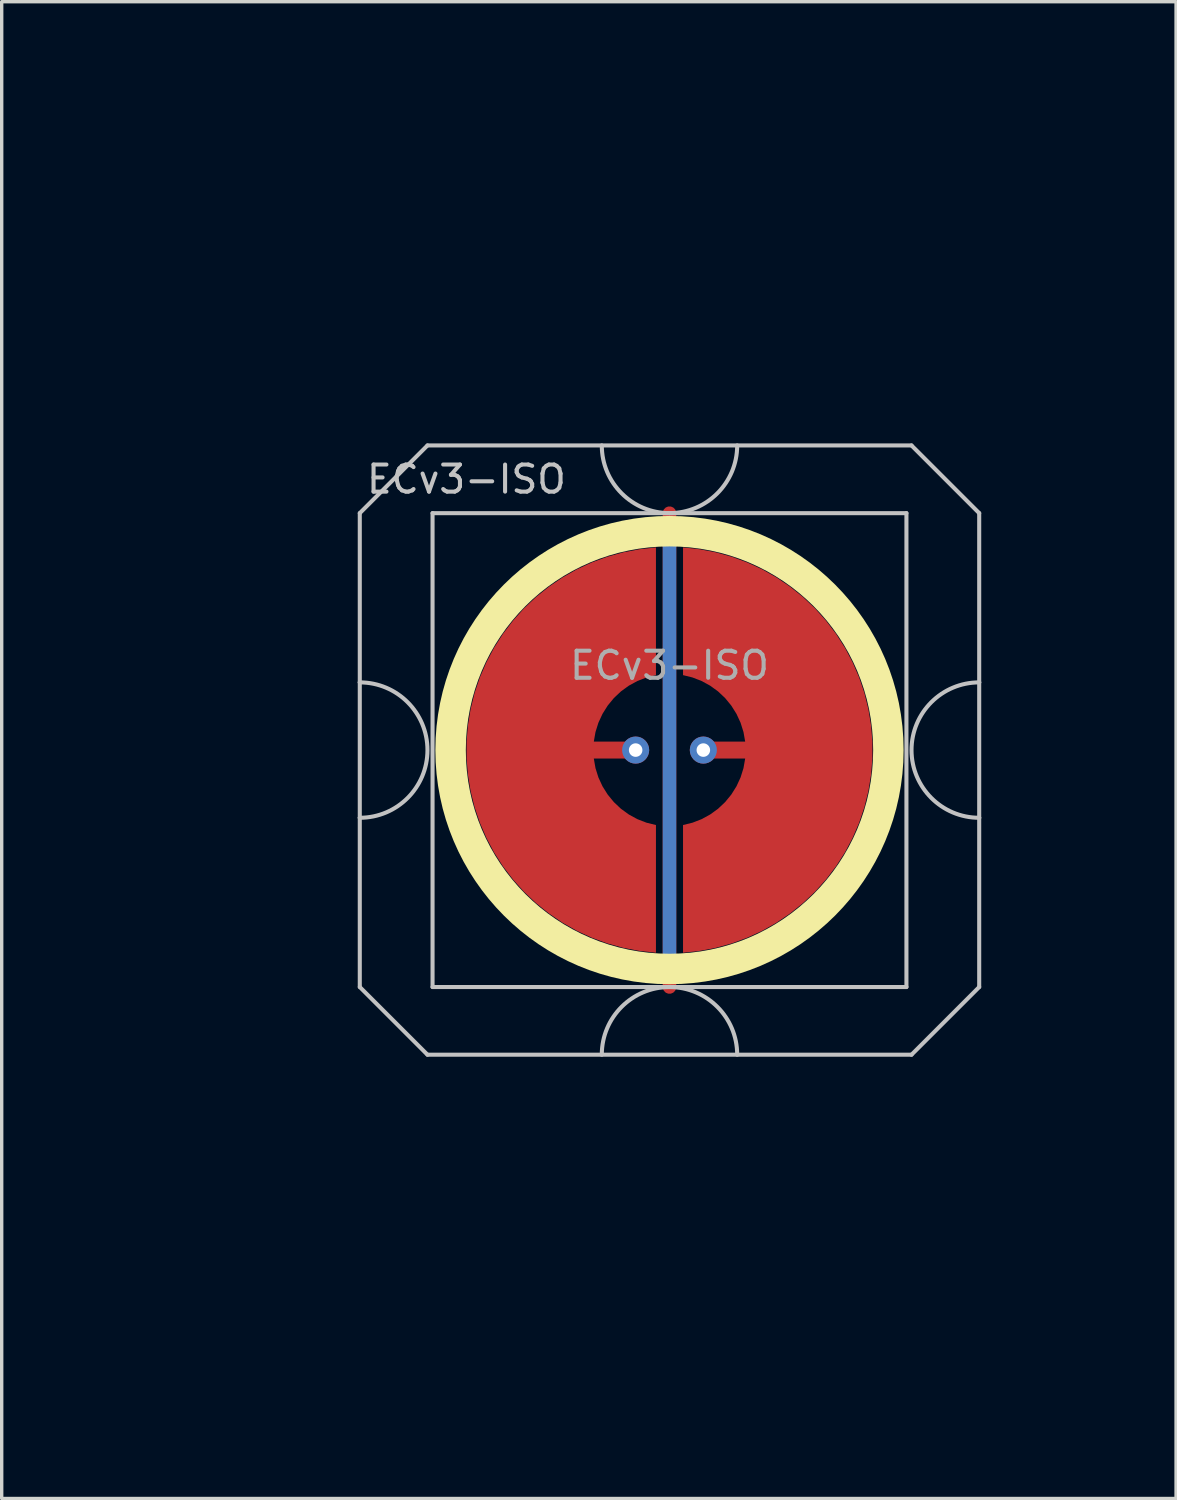
<source format=kicad_pcb>
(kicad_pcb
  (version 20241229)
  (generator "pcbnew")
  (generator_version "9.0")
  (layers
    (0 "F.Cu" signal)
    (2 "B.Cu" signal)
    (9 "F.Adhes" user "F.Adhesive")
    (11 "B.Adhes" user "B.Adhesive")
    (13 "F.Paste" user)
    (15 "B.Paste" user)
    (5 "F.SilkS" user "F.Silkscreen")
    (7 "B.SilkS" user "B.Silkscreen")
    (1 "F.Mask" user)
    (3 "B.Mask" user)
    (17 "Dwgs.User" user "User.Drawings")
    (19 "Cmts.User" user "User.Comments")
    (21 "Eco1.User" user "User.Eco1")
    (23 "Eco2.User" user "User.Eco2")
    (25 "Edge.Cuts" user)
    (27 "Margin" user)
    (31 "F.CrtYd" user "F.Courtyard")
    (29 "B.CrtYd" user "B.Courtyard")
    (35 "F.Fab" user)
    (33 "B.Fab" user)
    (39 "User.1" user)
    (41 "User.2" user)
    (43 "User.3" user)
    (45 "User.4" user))
  (footprint "ECv3-ISO"
    (layer "F.Cu")
    (at 16.729 19.11)
    (property "Reference" "ECv3-ISO" (at -6 -8 0) (layer "Dwgs.User") (effects (font (size 0.8 0.8) (thickness 0.12))))
    (attr through_hole exclude_from_pos_files exclude_from_bom)
    (fp_circle (center 0 0) (end 6.467 0) (stroke (width 0.9) (type solid)) (fill no) (layer "F.SilkS"))
    (fp_line (start -9.15 -7) (end -9.15 -2) (stroke (width 0.12) (type solid)) (layer "Dwgs.User"))
    (fp_line (start -9.15 -2) (end -9.15 2) (stroke (width 0.12) (type solid)) (layer "Dwgs.User"))
    (fp_line (start -9.15 2) (end -9.15 7) (stroke (width 0.12) (type solid)) (layer "Dwgs.User"))
    (fp_line (start -9.15 7) (end -7.15 9) (stroke (width 0.12) (type solid)) (layer "Dwgs.User"))
    (fp_line (start -7.15 -9) (end -9.15 -7) (stroke (width 0.12) (type solid)) (layer "Dwgs.User"))
    (fp_line (start -7.15 9) (end 7.15 9) (stroke (width 0.12) (type solid)) (layer "Dwgs.User"))
    (fp_line (start -7 -7) (end -7 7) (stroke (width 0.12) (type solid)) (layer "Dwgs.User"))
    (fp_line (start -7 7) (end 7 7) (stroke (width 0.12) (type solid)) (layer "Dwgs.User"))
    (fp_line (start 7 -7) (end -7 -7) (stroke (width 0.12) (type solid)) (layer "Dwgs.User"))
    (fp_line (start 7 7) (end 7 -7) (stroke (width 0.12) (type solid)) (layer "Dwgs.User"))
    (fp_line (start 7.15 -9) (end -7.15 -9) (stroke (width 0.12) (type solid)) (layer "Dwgs.User"))
    (fp_line (start 7.15 -9) (end 9.15 -7) (stroke (width 0.12) (type solid)) (layer "Dwgs.User"))
    (fp_line (start 7.15 9) (end 9.15 7) (stroke (width 0.12) (type solid)) (layer "Dwgs.User"))
    (fp_line (start 9.15 -2) (end 9.15 -7) (stroke (width 0.12) (type solid)) (layer "Dwgs.User"))
    (fp_line (start 9.15 -2) (end 9.15 2) (stroke (width 0.12) (type solid)) (layer "Dwgs.User"))
    (fp_line (start 9.15 7) (end 9.15 2) (stroke (width 0.12) (type solid)) (layer "Dwgs.User"))
    (fp_arc (start -9.15 -2) (mid -7.15 0) (end -9.15 2) (stroke (width 0.12) (type solid)) (layer "Dwgs.User"))
    (fp_arc (start -2 9) (mid 0 7) (end 2 9) (stroke (width 0.12) (type solid)) (layer "Dwgs.User"))
    (fp_arc (start 2 -9) (mid 0 -7) (end -2 -9) (stroke (width 0.12) (type solid)) (layer "Dwgs.User"))
    (fp_arc (start 9.15 2) (mid 7.15 0) (end 9.15 -2) (stroke (width 0.12) (type solid)) (layer "Dwgs.User"))
    (fp_line (start -7.05 -13) (end -5.5 -16.075) (stroke (width 0.12) (type default)) (layer "Eco1.User"))
    (fp_line (start -7.05 13) (end -7.05 -13) (stroke (width 0.12) (type default)) (layer "Eco1.User"))
    (fp_line (start -7.05 13) (end -5.5 16.075) (stroke (width 0.12) (type default)) (layer "Eco1.User"))
    (fp_line (start 6 -16.075) (end -5.5 -16.075) (stroke (width 0.12) (type default)) (layer "Eco1.User"))
    (fp_line (start 6 -16.075) (end 7.05 -15) (stroke (width 0.12) (type default)) (layer "Eco1.User"))
    (fp_line (start 6 16.075) (end -5.5 16.075) (stroke (width 0.12) (type default)) (layer "Eco1.User"))
    (fp_line (start 7.05 -15) (end 7.05 15) (stroke (width 0.12) (type default)) (layer "Eco1.User"))
    (fp_line (start 7.05 15) (end 6 16.075) (stroke (width 0.12) (type default)) (layer "Eco1.User"))
    (fp_line (start -16.669 -19.05) (end -16.669 0) (stroke (width 0.12) (type solid)) (layer "User.2"))
    (fp_line (start -16.669 -19.05) (end 11.906 -19.05) (stroke (width 0.12) (type solid)) (layer "User.2"))
    (fp_line (start -16.669 0) (end -11.906 0) (stroke (width 0.12) (type solid)) (layer "User.2"))
    (fp_line (start -11.906 0) (end -11.906 19.05) (stroke (width 0.12) (type solid)) (layer "User.2"))
    (fp_line (start -11.906 19.05) (end 11.906 19.05) (stroke (width 0.12) (type solid)) (layer "User.2"))
    (fp_line (start 11.906 -19.05) (end 11.906 19.05) (stroke (width 0.12) (type solid)) (layer "User.2"))
    (fp_circle (center -7.147 -16.151) (end -7.147 -15.151) (stroke (width 0.12) (type default)) (fill no) (layer "User.2"))
    (fp_circle (center -7.147 16.151) (end -7.147 17.151) (stroke (width 0.12) (type default)) (fill no) (layer "User.2"))
    (fp_circle (center 7.147 -16.151) (end 7.147 -15.401) (stroke (width 0.12) (type default)) (fill no) (layer "User.2"))
    (fp_circle (center 7.147 16.151) (end 7.147 16.901) (stroke (width 0.12) (type default)) (fill no) (layer "User.2"))
    (fp_text user "${REFERENCE}" (at 0 -2.5 0) (layer "F.Fab") (effects (font (size 0.8 0.8) (thickness 0.12))))
    (pad "1" smd custom (at -1 0) (size 0.4 0.4) (layers "F.Cu") (options (anchor circle)) (primitives (gr_poly (pts (xy 0.6 -2.214) (xy 0.32 -2.145) (xy 0.052 -2.041) (xy -0.201 -1.903) (xy -0.434 -1.734) (xy -0.644 -1.536) (xy -0.826 -1.314) (xy -0.979 -1.07) (xy -1.1 -0.808) (xy -1.186 -0.534) (xy -1.236 -0.25) (xy 0 -0.25) (xy 0.096 -0.231) (xy 0.177 -0.177) (xy 0.231 -0.096) (xy 0.25 0) (xy 0.231 0.096) (xy 0.177 0.177) (xy 0.096 0.231) (xy 0 0.25) (xy -1.236 0.25) (xy -1.186 0.534) (xy -1.1 0.808) (xy -0.979 1.07) (xy -0.826 1.314) (xy -0.644 1.536) (xy -0.434 1.734) (xy -0.201 1.903) (xy 0.052 2.041) (xy 0.32 2.145) (xy 0.6 2.214) (xy 0.6 5.987) (xy 0.115 5.934) (xy -0.364 5.843) (xy -0.834 5.713) (xy -1.292 5.545) (xy -1.735 5.341) (xy -2.159 5.101) (xy -2.563 4.827) (xy -2.943 4.522) (xy -3.298 4.187) (xy -3.623 3.824) (xy -3.919 3.436) (xy -4.182 3.025) (xy -4.41 2.594) (xy -4.603 2.147) (xy -4.759 1.684) (xy -4.876 1.211) (xy -4.955 0.73) (xy -4.995 0.244) (xy -4.995 -0.244) (xy -4.955 -0.73) (xy -4.876 -1.211) (xy -4.759 -1.684) (xy -4.603 -2.147) (xy -4.41 -2.594) (xy -4.182 -3.025) (xy -3.919 -3.436) (xy -3.623 -3.824) (xy -3.298 -4.187) (xy -2.943 -4.522) (xy -2.563 -4.827) (xy -2.159 -5.101) (xy -1.735 -5.341) (xy -1.292 -5.545) (xy -0.834 -5.713) (xy -0.364 -5.843) (xy 0.115 -5.934) (xy 0.6 -5.987)) (width 0) (fill yes))))
    (pad "1" thru_hole circle (at -1 0) (size 0.8 0.8) (drill 0.4) (layers "*.Cu"))
    (pad "2" smd custom (at 1 0 180) (size 0.4 0.4) (layers "F.Cu") (options (anchor circle)) (primitives (gr_poly (pts (xy 0.6 -2.214) (xy 0.32 -2.145) (xy 0.052 -2.041) (xy -0.201 -1.903) (xy -0.434 -1.734) (xy -0.644 -1.536) (xy -0.826 -1.314) (xy -0.979 -1.07) (xy -1.1 -0.808) (xy -1.186 -0.534) (xy -1.236 -0.25) (xy 0 -0.25) (xy 0.096 -0.231) (xy 0.177 -0.177) (xy 0.231 -0.096) (xy 0.25 0) (xy 0.231 0.096) (xy 0.177 0.177) (xy 0.096 0.231) (xy 0 0.25) (xy -1.236 0.25) (xy -1.186 0.534) (xy -1.1 0.808) (xy -0.979 1.07) (xy -0.826 1.314) (xy -0.644 1.536) (xy -0.434 1.734) (xy -0.201 1.903) (xy 0.052 2.041) (xy 0.32 2.145) (xy 0.6 2.214) (xy 0.6 5.987) (xy 0.115 5.934) (xy -0.364 5.843) (xy -0.834 5.713) (xy -1.292 5.545) (xy -1.735 5.341) (xy -2.159 5.101) (xy -2.563 4.827) (xy -2.943 4.522) (xy -3.298 4.187) (xy -3.623 3.824) (xy -3.919 3.436) (xy -4.182 3.025) (xy -4.41 2.594) (xy -4.603 2.147) (xy -4.759 1.684) (xy -4.876 1.211) (xy -4.955 0.73) (xy -4.995 0.244) (xy -4.995 -0.244) (xy -4.955 -0.73) (xy -4.876 -1.211) (xy -4.759 -1.684) (xy -4.603 -2.147) (xy -4.41 -2.594) (xy -4.182 -3.025) (xy -3.919 -3.436) (xy -3.623 -3.824) (xy -3.298 -4.187) (xy -2.943 -4.522) (xy -2.563 -4.827) (xy -2.159 -5.101) (xy -1.735 -5.341) (xy -1.292 -5.545) (xy -0.834 -5.713) (xy -0.364 -5.843) (xy 0.115 -5.934) (xy 0.6 -5.987)) (width 0) (fill yes))))
    (pad "2" thru_hole circle (at 1 0) (size 0.8 0.8) (drill 0.4) (layers "*.Cu"))
    (pad "3" smd custom (at 0 0) (size 0.4 0.4) (layers "F.Cu") (options (anchor rect)) (primitives (gr_line (start 0 -7) (end 0 7) (width 0.4))))
    (pad "3" smd custom (at 0 0) (size 0.4 0.4) (layers "B.Cu") (options (anchor rect)) (primitives (gr_line (start 0 -6.5) (end 0 6.5) (width 0.4))))
    (zone (net_name "") (layer "F.Cu") (hatch edge 0.508) (connect_pads) (min_thickness 0.254) (filled_areas_thickness no) (keepout (tracks allowed) (vias allowed) (pads allowed) (copperpour not_allowed) (footprints allowed)) (placement (enabled no)) (fill) (polygon (pts (xy 23.734 19.11) (xy 23.715 18.597) (xy 23.659 18.087) (xy 23.565 17.582) (xy 23.435 17.085) (xy 23.268 16.6) (xy 23.067 16.127) (xy 22.832 15.671) (xy 22.563 15.234) (xy 22.264 14.817) (xy 21.934 14.423) (xy 21.577 14.054) (xy 21.194 13.713) (xy 20.787 13.4) (xy 20.357 13.118) (xy 19.909 12.869) (xy 19.443 12.652) (xy 18.963 12.471) (xy 18.471 12.325) (xy 17.969 12.216) (xy 17.461 12.143) (xy 16.949 12.109) (xy 16.435 12.111) (xy 15.924 12.152) (xy 15.416 12.229) (xy 14.916 12.344) (xy 14.425 12.495) (xy 13.947 12.681) (xy 13.483 12.902) (xy 13.037 13.157) (xy 12.611 13.443) (xy 12.207 13.76) (xy 11.828 14.105) (xy 11.474 14.478) (xy 11.149 14.875) (xy 10.854 15.295) (xy 10.59 15.735) (xy 10.36 16.194) (xy 10.163 16.668) (xy 10.002 17.156) (xy 9.877 17.654) (xy 9.789 18.159) (xy 9.738 18.67) (xy 9.724 19.183) (xy 9.748 19.696) (xy 9.81 20.206) (xy 9.909 20.71) (xy 10.044 21.205) (xy 10.216 21.689) (xy 10.422 22.159) (xy 10.662 22.612) (xy 10.935 23.047) (xy 11.239 23.461) (xy 11.572 23.851) (xy 11.934 24.216) (xy 12.32 24.554) (xy 12.731 24.862) (xy 13.163 25.139) (xy 13.614 25.384) (xy 14.082 25.596) (xy 14.564 25.772) (xy 15.058 25.913) (xy 15.561 26.017) (xy 16.07 26.084) (xy 16.582 26.113) (xy 17.095 26.105) (xy 17.607 26.06) (xy 18.113 25.977) (xy 18.613 25.857) (xy 19.102 25.701) (xy 19.578 25.509) (xy 20.039 25.283) (xy 20.482 25.024) (xy 20.905 24.734) (xy 21.306 24.413) (xy 21.682 24.063) (xy 22.031 23.687) (xy 22.352 23.286) (xy 22.643 22.863) (xy 22.902 22.42) (xy 23.128 21.959) (xy 23.32 21.483) (xy 23.476 20.994) (xy 23.595 20.495) (xy 23.678 19.988) (xy 23.724 19.477))))
    (zone (net_name "") (layer "B.Cu") (hatch edge 0.508) (connect_pads) (min_thickness 0.254) (filled_areas_thickness no) (keepout (tracks allowed) (vias allowed) (pads allowed) (copperpour not_allowed) (footprints allowed)) (placement (enabled no)) (fill) (polygon (pts (xy 23.287 19.11) (xy 23.267 18.595) (xy 23.206 18.084) (xy 23.106 17.579) (xy 22.966 17.083) (xy 22.788 16.6) (xy 22.572 16.133) (xy 22.321 15.683) (xy 22.034 15.255) (xy 21.716 14.851) (xy 21.366 14.473) (xy 20.988 14.123) (xy 20.584 13.804) (xy 20.155 13.518) (xy 19.706 13.267) (xy 19.238 13.051) (xy 18.755 12.873) (xy 18.26 12.733) (xy 17.755 12.632) (xy 17.243 12.572) (xy 16.729 12.552) (xy 16.214 12.572) (xy 15.703 12.632) (xy 15.198 12.733) (xy 14.702 12.873) (xy 14.219 13.051) (xy 13.751 13.267) (xy 13.302 13.518) (xy 12.874 13.804) (xy 12.47 14.123) (xy 12.091 14.473) (xy 11.742 14.851) (xy 11.423 15.255) (xy 11.137 15.683) (xy 10.885 16.133) (xy 10.67 16.6) (xy 10.491 17.083) (xy 10.352 17.579) (xy 10.251 18.084) (xy 10.191 18.595) (xy 10.17 19.11) (xy 10.191 19.625) (xy 10.251 20.136) (xy 10.352 20.641) (xy 10.491 21.137) (xy 10.67 21.62) (xy 10.885 22.087) (xy 11.137 22.537) (xy 11.423 22.965) (xy 11.742 23.369) (xy 12.091 23.747) (xy 12.47 24.097) (xy 12.874 24.416) (xy 13.302 24.702) (xy 13.751 24.953) (xy 14.219 25.169) (xy 14.702 25.347) (xy 15.198 25.487) (xy 15.703 25.588) (xy 16.214 25.648) (xy 16.729 25.668) (xy 17.243 25.648) (xy 17.755 25.588) (xy 18.26 25.487) (xy 18.755 25.347) (xy 19.238 25.169) (xy 19.706 24.953) (xy 20.155 24.702) (xy 20.584 24.416) (xy 20.988 24.097) (xy 21.366 23.747) (xy 21.716 23.369) (xy 22.034 22.965) (xy 22.321 22.537) (xy 22.572 22.087) (xy 22.788 21.62) (xy 22.966 21.137) (xy 23.106 20.641) (xy 23.206 20.136) (xy 23.267 19.625)))))
  (gr_rect
    (start -3 -3)
    (end 31.695 41.22)
    (stroke (width 0.1) (type default))
    (fill no)
    (layer "Edge.Cuts")))
</source>
